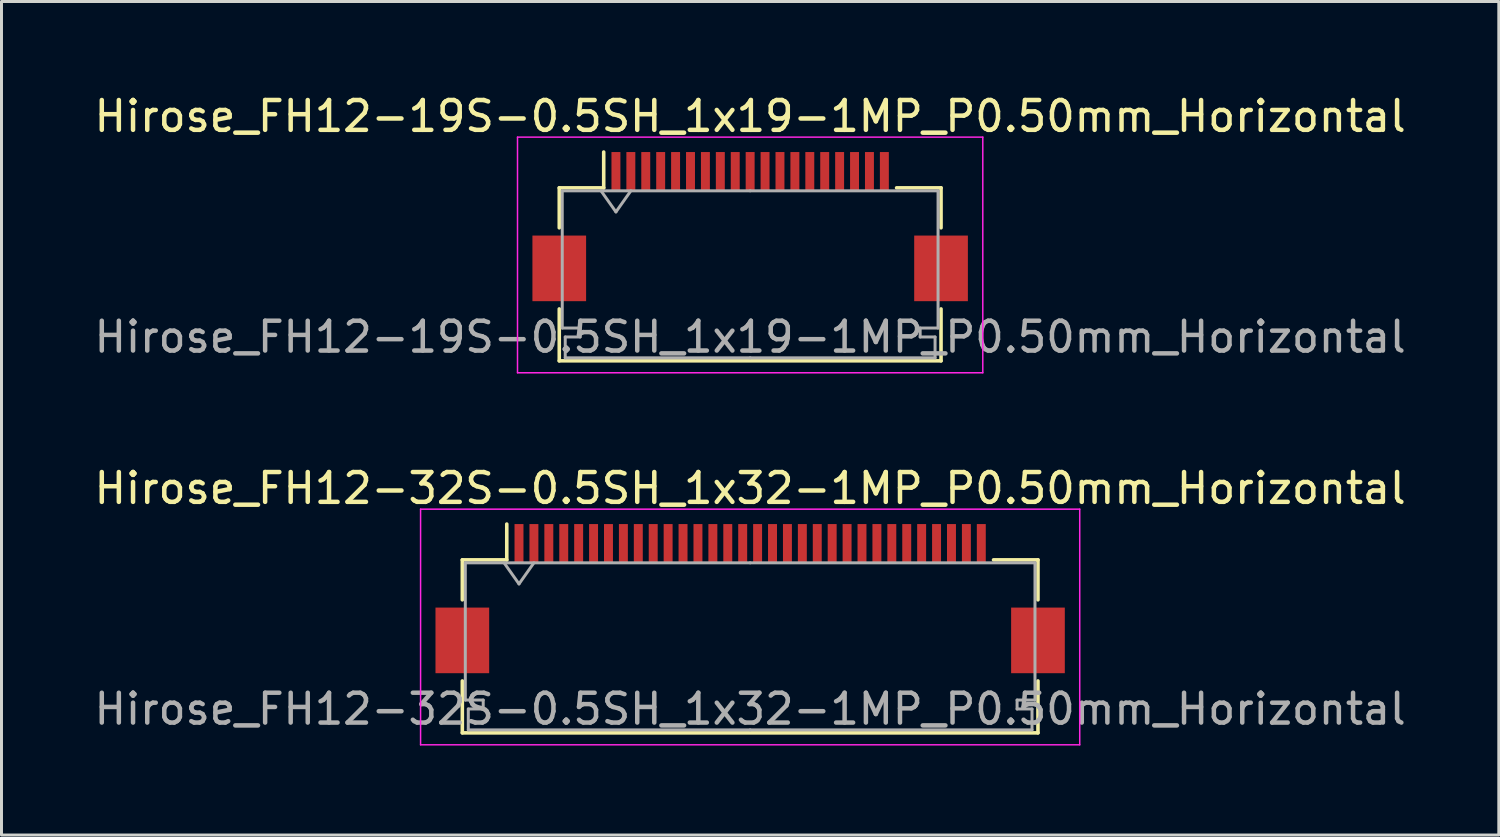
<source format=kicad_pcb>
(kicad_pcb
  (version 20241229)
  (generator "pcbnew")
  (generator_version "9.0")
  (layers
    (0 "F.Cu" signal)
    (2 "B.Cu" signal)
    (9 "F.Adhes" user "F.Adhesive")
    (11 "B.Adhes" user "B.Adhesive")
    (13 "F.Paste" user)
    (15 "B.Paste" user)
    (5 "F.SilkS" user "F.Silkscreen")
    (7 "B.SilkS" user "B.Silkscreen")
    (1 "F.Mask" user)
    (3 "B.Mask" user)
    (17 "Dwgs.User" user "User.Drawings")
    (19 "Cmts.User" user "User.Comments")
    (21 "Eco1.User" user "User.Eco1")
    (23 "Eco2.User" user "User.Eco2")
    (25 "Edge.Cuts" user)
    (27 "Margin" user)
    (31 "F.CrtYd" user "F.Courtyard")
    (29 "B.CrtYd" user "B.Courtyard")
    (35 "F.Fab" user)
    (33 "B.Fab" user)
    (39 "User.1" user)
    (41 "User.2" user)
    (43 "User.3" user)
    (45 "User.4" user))
  (footprint "Hirose_FH12-19S-0.5SH_1x19-1MP_P0.50mm_Horizontal"
    (layer "F.Cu")
    (at 22.101 4.548)
    (property "Reference" "Hirose_FH12-19S-0.5SH_1x19-1MP_P0.50mm_Horizontal" (at 0 -3.7 0) (layer "F.SilkS") (effects (font (size 1 1) (thickness 0.15))))
    (attr smd)
    (fp_line (start -6.4 -1.3) (end -6.4 0.04) (stroke (width 0.12) (type solid)) (layer "F.SilkS"))
    (fp_line (start -6.4 2.76) (end -6.4 4.5) (stroke (width 0.12) (type solid)) (layer "F.SilkS"))
    (fp_line (start -6.4 4.5) (end 6.4 4.5) (stroke (width 0.12) (type solid)) (layer "F.SilkS"))
    (fp_line (start -4.91 -1.3) (end -6.4 -1.3) (stroke (width 0.12) (type solid)) (layer "F.SilkS"))
    (fp_line (start -4.91 -1.3) (end -4.91 -2.5) (stroke (width 0.12) (type solid)) (layer "F.SilkS"))
    (fp_line (start 4.91 -1.3) (end 6.4 -1.3) (stroke (width 0.12) (type solid)) (layer "F.SilkS"))
    (fp_line (start 6.4 -1.3) (end 6.4 0.04) (stroke (width 0.12) (type solid)) (layer "F.SilkS"))
    (fp_line (start 6.4 4.5) (end 6.4 2.76) (stroke (width 0.12) (type solid)) (layer "F.SilkS"))
    (fp_line (start -7.8 -3) (end -7.8 4.9) (stroke (width 0.05) (type solid)) (layer "F.CrtYd"))
    (fp_line (start -7.8 4.9) (end 7.8 4.9) (stroke (width 0.05) (type solid)) (layer "F.CrtYd"))
    (fp_line (start 7.8 -3) (end -7.8 -3) (stroke (width 0.05) (type solid)) (layer "F.CrtYd"))
    (fp_line (start 7.8 4.9) (end 7.8 -3) (stroke (width 0.05) (type solid)) (layer "F.CrtYd"))
    (fp_line (start -6.3 -1.2) (end -6.3 3.4) (stroke (width 0.1) (type solid)) (layer "F.Fab"))
    (fp_line (start -6.3 3.4) (end -5.7 3.4) (stroke (width 0.1) (type solid)) (layer "F.Fab"))
    (fp_line (start -6.2 3.7) (end -6.2 4.4) (stroke (width 0.1) (type solid)) (layer "F.Fab"))
    (fp_line (start -6.2 4.4) (end 0 4.4) (stroke (width 0.1) (type solid)) (layer "F.Fab"))
    (fp_line (start -5.7 3.4) (end -5.7 3.7) (stroke (width 0.1) (type solid)) (layer "F.Fab"))
    (fp_line (start -5.7 3.7) (end -6.2 3.7) (stroke (width 0.1) (type solid)) (layer "F.Fab"))
    (fp_line (start -5 -1.2) (end -4.5 -0.493) (stroke (width 0.1) (type solid)) (layer "F.Fab"))
    (fp_line (start -4.5 -0.493) (end -4 -1.2) (stroke (width 0.1) (type solid)) (layer "F.Fab"))
    (fp_line (start 0 -1.2) (end -6.3 -1.2) (stroke (width 0.1) (type solid)) (layer "F.Fab"))
    (fp_line (start 0 -1.2) (end 6.3 -1.2) (stroke (width 0.1) (type solid)) (layer "F.Fab"))
    (fp_line (start 5.7 3.4) (end 5.7 3.7) (stroke (width 0.1) (type solid)) (layer "F.Fab"))
    (fp_line (start 5.7 3.7) (end 6.2 3.7) (stroke (width 0.1) (type solid)) (layer "F.Fab"))
    (fp_line (start 6.2 3.7) (end 6.2 4.4) (stroke (width 0.1) (type solid)) (layer "F.Fab"))
    (fp_line (start 6.2 4.4) (end 0 4.4) (stroke (width 0.1) (type solid)) (layer "F.Fab"))
    (fp_line (start 6.3 -1.2) (end 6.3 3.4) (stroke (width 0.1) (type solid)) (layer "F.Fab"))
    (fp_line (start 6.3 3.4) (end 5.7 3.4) (stroke (width 0.1) (type solid)) (layer "F.Fab"))
    (fp_text user "${REFERENCE}" (at 0 3.7 0) (layer "F.Fab") (effects (font (size 1 1) (thickness 0.15))))
    (pad "1" smd rect (at -4.5 -1.85) (size 0.3 1.3) (layers "F.Cu" "F.Mask" "F.Paste"))
    (pad "2" smd rect (at -4 -1.85) (size 0.3 1.3) (layers "F.Cu" "F.Mask" "F.Paste"))
    (pad "3" smd rect (at -3.5 -1.85) (size 0.3 1.3) (layers "F.Cu" "F.Mask" "F.Paste"))
    (pad "4" smd rect (at -3 -1.85) (size 0.3 1.3) (layers "F.Cu" "F.Mask" "F.Paste"))
    (pad "5" smd rect (at -2.5 -1.85) (size 0.3 1.3) (layers "F.Cu" "F.Mask" "F.Paste"))
    (pad "6" smd rect (at -2 -1.85) (size 0.3 1.3) (layers "F.Cu" "F.Mask" "F.Paste"))
    (pad "7" smd rect (at -1.5 -1.85) (size 0.3 1.3) (layers "F.Cu" "F.Mask" "F.Paste"))
    (pad "8" smd rect (at -1 -1.85) (size 0.3 1.3) (layers "F.Cu" "F.Mask" "F.Paste"))
    (pad "9" smd rect (at -0.5 -1.85) (size 0.3 1.3) (layers "F.Cu" "F.Mask" "F.Paste"))
    (pad "10" smd rect (at 0 -1.85) (size 0.3 1.3) (layers "F.Cu" "F.Mask" "F.Paste"))
    (pad "11" smd rect (at 0.5 -1.85) (size 0.3 1.3) (layers "F.Cu" "F.Mask" "F.Paste"))
    (pad "12" smd rect (at 1 -1.85) (size 0.3 1.3) (layers "F.Cu" "F.Mask" "F.Paste"))
    (pad "13" smd rect (at 1.5 -1.85) (size 0.3 1.3) (layers "F.Cu" "F.Mask" "F.Paste"))
    (pad "14" smd rect (at 2 -1.85) (size 0.3 1.3) (layers "F.Cu" "F.Mask" "F.Paste"))
    (pad "15" smd rect (at 2.5 -1.85) (size 0.3 1.3) (layers "F.Cu" "F.Mask" "F.Paste"))
    (pad "16" smd rect (at 3 -1.85) (size 0.3 1.3) (layers "F.Cu" "F.Mask" "F.Paste"))
    (pad "17" smd rect (at 3.5 -1.85) (size 0.3 1.3) (layers "F.Cu" "F.Mask" "F.Paste"))
    (pad "18" smd rect (at 4 -1.85) (size 0.3 1.3) (layers "F.Cu" "F.Mask" "F.Paste"))
    (pad "19" smd rect (at 4.5 -1.85) (size 0.3 1.3) (layers "F.Cu" "F.Mask" "F.Paste"))
    (pad "MP" smd rect (at -6.4 1.4) (size 1.8 2.2) (layers "F.Cu" "F.Mask" "F.Paste"))
    (pad "MP" smd rect (at 6.4 1.4) (size 1.8 2.2) (layers "F.Cu" "F.Mask" "F.Paste")))
  (footprint "Hirose_FH12-32S-0.5SH_1x32-1MP_P0.50mm_Horizontal"
    (layer "F.Cu")
    (at 22.101 17.021)
    (property "Reference" "Hirose_FH12-32S-0.5SH_1x32-1MP_P0.50mm_Horizontal" (at 0 -3.7 0) (layer "F.SilkS") (effects (font (size 1 1) (thickness 0.15))))
    (attr smd)
    (fp_line (start -9.65 -1.3) (end -9.65 0.04) (stroke (width 0.12) (type solid)) (layer "F.SilkS"))
    (fp_line (start -9.65 2.76) (end -9.65 4.5) (stroke (width 0.12) (type solid)) (layer "F.SilkS"))
    (fp_line (start -9.65 4.5) (end 9.65 4.5) (stroke (width 0.12) (type solid)) (layer "F.SilkS"))
    (fp_line (start -8.16 -1.3) (end -9.65 -1.3) (stroke (width 0.12) (type solid)) (layer "F.SilkS"))
    (fp_line (start -8.16 -1.3) (end -8.16 -2.5) (stroke (width 0.12) (type solid)) (layer "F.SilkS"))
    (fp_line (start 8.16 -1.3) (end 9.65 -1.3) (stroke (width 0.12) (type solid)) (layer "F.SilkS"))
    (fp_line (start 9.65 -1.3) (end 9.65 0.04) (stroke (width 0.12) (type solid)) (layer "F.SilkS"))
    (fp_line (start 9.65 4.5) (end 9.65 2.76) (stroke (width 0.12) (type solid)) (layer "F.SilkS"))
    (fp_line (start -11.05 -3) (end -11.05 4.9) (stroke (width 0.05) (type solid)) (layer "F.CrtYd"))
    (fp_line (start -11.05 4.9) (end 11.05 4.9) (stroke (width 0.05) (type solid)) (layer "F.CrtYd"))
    (fp_line (start 11.05 -3) (end -11.05 -3) (stroke (width 0.05) (type solid)) (layer "F.CrtYd"))
    (fp_line (start 11.05 4.9) (end 11.05 -3) (stroke (width 0.05) (type solid)) (layer "F.CrtYd"))
    (fp_line (start -9.55 -1.2) (end -9.55 3.4) (stroke (width 0.1) (type solid)) (layer "F.Fab"))
    (fp_line (start -9.55 3.4) (end -8.95 3.4) (stroke (width 0.1) (type solid)) (layer "F.Fab"))
    (fp_line (start -9.45 3.7) (end -9.45 4.4) (stroke (width 0.1) (type solid)) (layer "F.Fab"))
    (fp_line (start -9.45 4.4) (end 0 4.4) (stroke (width 0.1) (type solid)) (layer "F.Fab"))
    (fp_line (start -8.95 3.4) (end -8.95 3.7) (stroke (width 0.1) (type solid)) (layer "F.Fab"))
    (fp_line (start -8.95 3.7) (end -9.45 3.7) (stroke (width 0.1) (type solid)) (layer "F.Fab"))
    (fp_line (start -8.25 -1.2) (end -7.75 -0.493) (stroke (width 0.1) (type solid)) (layer "F.Fab"))
    (fp_line (start -7.75 -0.493) (end -7.25 -1.2) (stroke (width 0.1) (type solid)) (layer "F.Fab"))
    (fp_line (start 0 -1.2) (end -9.55 -1.2) (stroke (width 0.1) (type solid)) (layer "F.Fab"))
    (fp_line (start 0 -1.2) (end 9.55 -1.2) (stroke (width 0.1) (type solid)) (layer "F.Fab"))
    (fp_line (start 8.95 3.4) (end 8.95 3.7) (stroke (width 0.1) (type solid)) (layer "F.Fab"))
    (fp_line (start 8.95 3.7) (end 9.45 3.7) (stroke (width 0.1) (type solid)) (layer "F.Fab"))
    (fp_line (start 9.45 3.7) (end 9.45 4.4) (stroke (width 0.1) (type solid)) (layer "F.Fab"))
    (fp_line (start 9.45 4.4) (end 0 4.4) (stroke (width 0.1) (type solid)) (layer "F.Fab"))
    (fp_line (start 9.55 -1.2) (end 9.55 3.4) (stroke (width 0.1) (type solid)) (layer "F.Fab"))
    (fp_line (start 9.55 3.4) (end 8.95 3.4) (stroke (width 0.1) (type solid)) (layer "F.Fab"))
    (fp_text user "${REFERENCE}" (at 0 3.7 0) (layer "F.Fab") (effects (font (size 1 1) (thickness 0.15))))
    (pad "1" smd rect (at -7.75 -1.85) (size 0.3 1.3) (layers "F.Cu" "F.Mask" "F.Paste"))
    (pad "2" smd rect (at -7.25 -1.85) (size 0.3 1.3) (layers "F.Cu" "F.Mask" "F.Paste"))
    (pad "3" smd rect (at -6.75 -1.85) (size 0.3 1.3) (layers "F.Cu" "F.Mask" "F.Paste"))
    (pad "4" smd rect (at -6.25 -1.85) (size 0.3 1.3) (layers "F.Cu" "F.Mask" "F.Paste"))
    (pad "5" smd rect (at -5.75 -1.85) (size 0.3 1.3) (layers "F.Cu" "F.Mask" "F.Paste"))
    (pad "6" smd rect (at -5.25 -1.85) (size 0.3 1.3) (layers "F.Cu" "F.Mask" "F.Paste"))
    (pad "7" smd rect (at -4.75 -1.85) (size 0.3 1.3) (layers "F.Cu" "F.Mask" "F.Paste"))
    (pad "8" smd rect (at -4.25 -1.85) (size 0.3 1.3) (layers "F.Cu" "F.Mask" "F.Paste"))
    (pad "9" smd rect (at -3.75 -1.85) (size 0.3 1.3) (layers "F.Cu" "F.Mask" "F.Paste"))
    (pad "10" smd rect (at -3.25 -1.85) (size 0.3 1.3) (layers "F.Cu" "F.Mask" "F.Paste"))
    (pad "11" smd rect (at -2.75 -1.85) (size 0.3 1.3) (layers "F.Cu" "F.Mask" "F.Paste"))
    (pad "12" smd rect (at -2.25 -1.85) (size 0.3 1.3) (layers "F.Cu" "F.Mask" "F.Paste"))
    (pad "13" smd rect (at -1.75 -1.85) (size 0.3 1.3) (layers "F.Cu" "F.Mask" "F.Paste"))
    (pad "14" smd rect (at -1.25 -1.85) (size 0.3 1.3) (layers "F.Cu" "F.Mask" "F.Paste"))
    (pad "15" smd rect (at -0.75 -1.85) (size 0.3 1.3) (layers "F.Cu" "F.Mask" "F.Paste"))
    (pad "16" smd rect (at -0.25 -1.85) (size 0.3 1.3) (layers "F.Cu" "F.Mask" "F.Paste"))
    (pad "17" smd rect (at 0.25 -1.85) (size 0.3 1.3) (layers "F.Cu" "F.Mask" "F.Paste"))
    (pad "18" smd rect (at 0.75 -1.85) (size 0.3 1.3) (layers "F.Cu" "F.Mask" "F.Paste"))
    (pad "19" smd rect (at 1.25 -1.85) (size 0.3 1.3) (layers "F.Cu" "F.Mask" "F.Paste"))
    (pad "20" smd rect (at 1.75 -1.85) (size 0.3 1.3) (layers "F.Cu" "F.Mask" "F.Paste"))
    (pad "21" smd rect (at 2.25 -1.85) (size 0.3 1.3) (layers "F.Cu" "F.Mask" "F.Paste"))
    (pad "22" smd rect (at 2.75 -1.85) (size 0.3 1.3) (layers "F.Cu" "F.Mask" "F.Paste"))
    (pad "23" smd rect (at 3.25 -1.85) (size 0.3 1.3) (layers "F.Cu" "F.Mask" "F.Paste"))
    (pad "24" smd rect (at 3.75 -1.85) (size 0.3 1.3) (layers "F.Cu" "F.Mask" "F.Paste"))
    (pad "25" smd rect (at 4.25 -1.85) (size 0.3 1.3) (layers "F.Cu" "F.Mask" "F.Paste"))
    (pad "26" smd rect (at 4.75 -1.85) (size 0.3 1.3) (layers "F.Cu" "F.Mask" "F.Paste"))
    (pad "27" smd rect (at 5.25 -1.85) (size 0.3 1.3) (layers "F.Cu" "F.Mask" "F.Paste"))
    (pad "28" smd rect (at 5.75 -1.85) (size 0.3 1.3) (layers "F.Cu" "F.Mask" "F.Paste"))
    (pad "29" smd rect (at 6.25 -1.85) (size 0.3 1.3) (layers "F.Cu" "F.Mask" "F.Paste"))
    (pad "30" smd rect (at 6.75 -1.85) (size 0.3 1.3) (layers "F.Cu" "F.Mask" "F.Paste"))
    (pad "31" smd rect (at 7.25 -1.85) (size 0.3 1.3) (layers "F.Cu" "F.Mask" "F.Paste"))
    (pad "32" smd rect (at 7.75 -1.85) (size 0.3 1.3) (layers "F.Cu" "F.Mask" "F.Paste"))
    (pad "MP" smd rect (at -9.65 1.4) (size 1.8 2.2) (layers "F.Cu" "F.Mask" "F.Paste"))
    (pad "MP" smd rect (at 9.65 1.4) (size 1.8 2.2) (layers "F.Cu" "F.Mask" "F.Paste")))
  (gr_rect
    (start -3 -3)
    (end 47.202 24.947)
    (stroke (width 0.1) (type default))
    (fill no)
    (layer "Edge.Cuts")))
</source>
